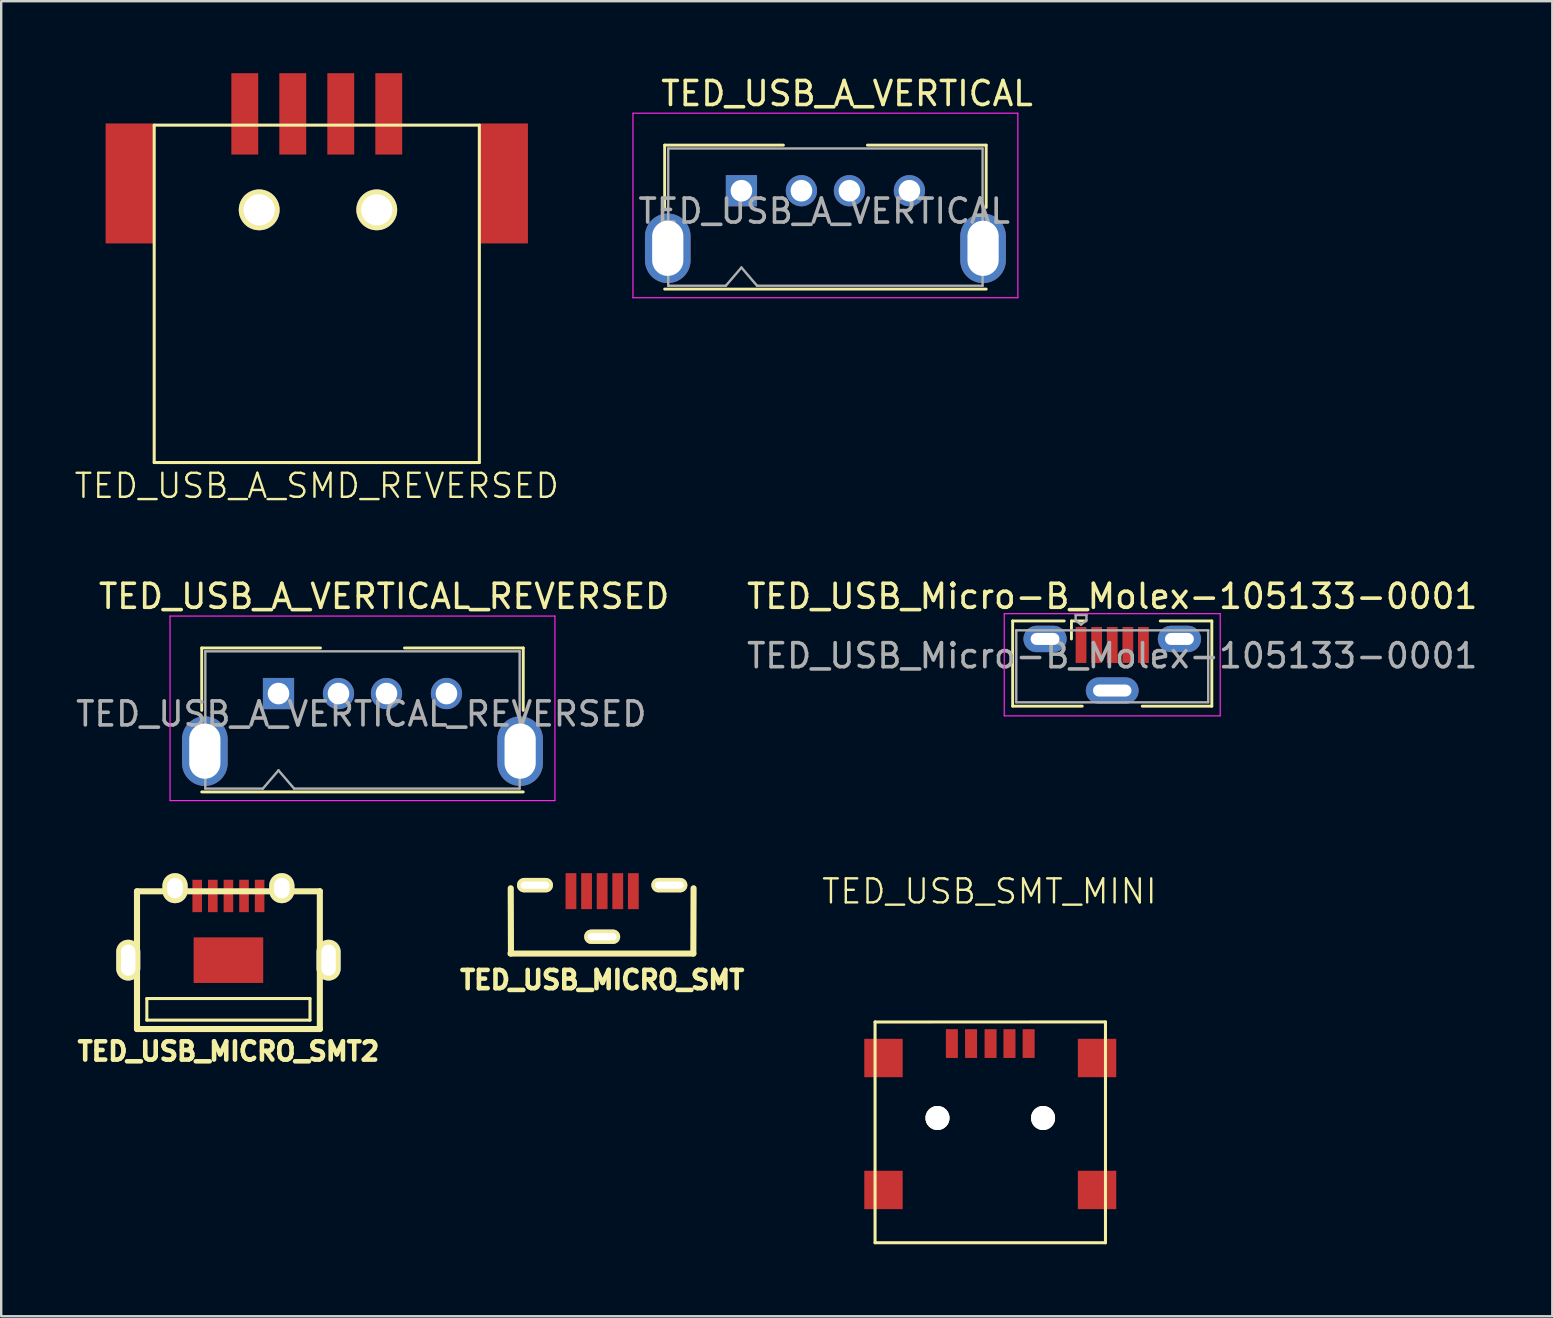
<source format=kicad_pcb>
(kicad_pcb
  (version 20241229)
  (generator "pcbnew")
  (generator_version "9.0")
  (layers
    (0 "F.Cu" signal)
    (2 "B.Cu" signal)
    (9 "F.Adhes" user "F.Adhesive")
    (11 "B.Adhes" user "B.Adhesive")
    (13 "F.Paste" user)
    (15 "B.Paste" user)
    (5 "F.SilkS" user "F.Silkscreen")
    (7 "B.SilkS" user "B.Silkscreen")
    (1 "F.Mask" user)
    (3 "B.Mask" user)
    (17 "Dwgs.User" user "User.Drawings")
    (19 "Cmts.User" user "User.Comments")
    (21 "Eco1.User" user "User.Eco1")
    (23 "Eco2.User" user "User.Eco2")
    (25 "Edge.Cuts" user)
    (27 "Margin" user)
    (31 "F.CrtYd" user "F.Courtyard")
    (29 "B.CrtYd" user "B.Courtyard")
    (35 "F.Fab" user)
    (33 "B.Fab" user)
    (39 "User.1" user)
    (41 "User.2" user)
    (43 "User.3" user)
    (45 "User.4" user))
  (footprint "TED_USB_Micro-B_Molex-105133-0001"
    (layer "F.Cu")
    (at 43.301 24.653)
    (property "Reference" "TED_USB_Micro-B_Molex-105133-0001" (at 0 -2.85 0) (layer "F.SilkS") (effects (font (size 1 1) (thickness 0.15))))
    (attr smd)
    (fp_line (start -4.15 -1.825) (end -4.15 1.725) (stroke (width 0.12) (type solid)) (layer "F.SilkS"))
    (fp_line (start -4.15 1.725) (end -1.25 1.725) (stroke (width 0.12) (type solid)) (layer "F.SilkS"))
    (fp_line (start -2 -1.825) (end -4.15 -1.825) (stroke (width 0.12) (type solid)) (layer "F.SilkS"))
    (fp_line (start -1.7 -1.825) (end -1.1 -1.825) (stroke (width 0.12) (type solid)) (layer "F.SilkS"))
    (fp_line (start -1.7 -1.075) (end -1.7 -1.825) (stroke (width 0.12) (type solid)) (layer "F.SilkS"))
    (fp_line (start 2 -1.825) (end 4.15 -1.825) (stroke (width 0.12) (type solid)) (layer "F.SilkS"))
    (fp_line (start 4.15 -1.825) (end 4.15 1.725) (stroke (width 0.12) (type solid)) (layer "F.SilkS"))
    (fp_line (start 4.15 1.725) (end 1.25 1.725) (stroke (width 0.12) (type solid)) (layer "F.SilkS"))
    (fp_line (start -4.5 -2.13) (end 4.5 -2.13) (stroke (width 0.05) (type solid)) (layer "F.CrtYd"))
    (fp_line (start -4.5 2.13) (end -4.5 -2.13) (stroke (width 0.05) (type solid)) (layer "F.CrtYd"))
    (fp_line (start -4.5 2.13) (end 4.5 2.13) (stroke (width 0.05) (type solid)) (layer "F.CrtYd"))
    (fp_line (start 4.5 2.13) (end 4.5 -2.13) (stroke (width 0.05) (type solid)) (layer "F.CrtYd"))
    (fp_line (start -4 1.565) (end -4 -1.435) (stroke (width 0.1) (type solid)) (layer "F.Fab"))
    (fp_line (start -4 1.565) (end 4 1.565) (stroke (width 0.1) (type solid)) (layer "F.Fab"))
    (fp_line (start -1.525 -2.075) (end -1.075 -2.075) (stroke (width 0.1) (type solid)) (layer "F.Fab"))
    (fp_line (start -1.525 -1.85) (end -1.525 -2.075) (stroke (width 0.1) (type solid)) (layer "F.Fab"))
    (fp_line (start -1.3 -1.675) (end -1.525 -1.85) (stroke (width 0.1) (type solid)) (layer "F.Fab"))
    (fp_line (start -1.3 -1.675) (end -1.075 -1.85) (stroke (width 0.1) (type solid)) (layer "F.Fab"))
    (fp_line (start -1.075 -2.075) (end -1.075 -1.85) (stroke (width 0.1) (type solid)) (layer "F.Fab"))
    (fp_line (start 4 -1.435) (end -4 -1.435) (stroke (width 0.1) (type solid)) (layer "F.Fab"))
    (fp_line (start 4 1.565) (end 4 -1.435) (stroke (width 0.1) (type solid)) (layer "F.Fab"))
    (fp_text user "${REFERENCE}" (at 0 -0.375 0) (layer "F.Fab") (effects (font (size 1 1) (thickness 0.15))))
    (pad "1" smd rect (at -1.3 -0.825) (size 0.45 1.5) (layers "F.Cu" "F.Mask" "F.Paste"))
    (pad "2" smd rect (at -0.65 -0.825) (size 0.45 1.5) (layers "F.Cu" "F.Mask" "F.Paste"))
    (pad "3" smd rect (at 0 -0.825) (size 0.45 1.5) (layers "F.Cu" "F.Mask" "F.Paste"))
    (pad "4" smd rect (at 0.65 -0.825) (size 0.45 1.5) (layers "F.Cu" "F.Mask" "F.Paste"))
    (pad "5" smd rect (at 1.3 -0.825) (size 0.45 1.5) (layers "F.Cu" "F.Mask" "F.Paste"))
    (pad "6" thru_hole oval (at -2.8 -1.075) (size 1.8 1.1) (drill oval 1.2 0.5) (layers "*.Cu" "*.Mask"))
    (pad "6" thru_hole oval (at 0 1.075) (size 2.2 1.1) (drill oval 1.6 0.5) (layers "*.Cu" "*.Mask"))
    (pad "6" thru_hole oval (at 2.8 -1.075) (size 1.8 1.1) (drill oval 1.2 0.5) (layers "*.Cu" "*.Mask")))
  (footprint "TED_USB_SMT_MINI"
    (layer "F.Cu")
    (at 38.218 44.14)
    (property "Reference" "TED_USB_SMT_MINI" (at -0.038 -10.043 0) (layer "F.SilkS") (effects (font (size 1.001 1.001) (thickness 0.099))))
    (attr through_hole)
    (fp_line (start -4.801 -4.6) (end 4.801 -4.602) (stroke (width 0.127) (type solid)) (layer "F.SilkS"))
    (fp_line (start -4.801 4.6) (end -4.801 -4.6) (stroke (width 0.127) (type solid)) (layer "F.SilkS"))
    (fp_line (start 4.801 -4.602) (end 4.801 4.6) (stroke (width 0.127) (type solid)) (layer "F.SilkS"))
    (fp_line (start 4.801 4.6) (end -4.801 4.6) (stroke (width 0.127) (type solid)) (layer "F.SilkS"))
    (pad "" thru_hole circle (at -2.2 -0.599) (size 1.001 1.001) (drill 1.001) (layers "*.Cu" "*.Mask" "F.SilkS"))
    (pad "" thru_hole circle (at 2.2 -0.599) (size 1.001 1.001) (drill 1.001) (layers "*.Cu" "*.Mask" "F.SilkS"))
    (pad "1" smd rect (at -1.6 -3.701) (size 0.5 1.199) (layers "F.Cu" "F.Mask" "F.Paste"))
    (pad "2" smd rect (at -0.8 -3.701) (size 0.5 1.199) (layers "F.Cu" "F.Mask" "F.Paste"))
    (pad "3" smd rect (at 0.013 -3.701) (size 0.5 1.199) (layers "F.Cu" "F.Mask" "F.Paste"))
    (pad "4" smd rect (at 0.8 -3.701) (size 0.5 1.199) (layers "F.Cu" "F.Mask" "F.Paste"))
    (pad "5" smd rect (at 1.6 -3.701) (size 0.5 1.199) (layers "F.Cu" "F.Mask" "F.Paste"))
    (pad "GP" smd rect (at -4.45 -3.099) (size 1.6 1.6) (layers "F.Cu" "F.Mask" "F.Paste"))
    (pad "GP" smd rect (at -4.45 2.4) (size 1.6 1.6) (layers "F.Cu" "F.Mask" "F.Paste"))
    (pad "GP" smd rect (at 4.45 -3.099) (size 1.6 1.6) (layers "F.Cu" "F.Mask" "F.Paste"))
    (pad "GP" smd rect (at 4.45 2.4) (size 1.6 1.6) (layers "F.Cu" "F.Mask" "F.Paste")))
  (footprint "TED_USB_A_VERTICAL_REVERSED"
    (layer "F.Cu")
    (at 12.056 26.853)
    (property "Reference" "TED_USB_A_VERTICAL_REVERSED" (at 0.9 -5.05 0) (layer "F.SilkS") (effects (font (size 1 1) (thickness 0.15))))
    (attr through_hole)
    (fp_line (start -6.7 -2.9) (end -6.7 -0.3) (stroke (width 0.12) (type solid)) (layer "F.SilkS"))
    (fp_line (start -6.7 -2.9) (end -1.75 -2.9) (stroke (width 0.12) (type solid)) (layer "F.SilkS"))
    (fp_line (start 6.7 -2.9) (end 1.75 -2.9) (stroke (width 0.12) (type solid)) (layer "F.SilkS"))
    (fp_line (start 6.7 -2.9) (end 6.7 -0.3) (stroke (width 0.12) (type solid)) (layer "F.SilkS"))
    (fp_line (start 6.7 3.1) (end -6.7 3.1) (stroke (width 0.12) (type solid)) (layer "F.SilkS"))
    (fp_line (start -8.02 -4.23) (end 8.02 -4.23) (stroke (width 0.05) (type solid)) (layer "F.CrtYd"))
    (fp_line (start -8.02 3.46) (end -8.02 -4.23) (stroke (width 0.05) (type solid)) (layer "F.CrtYd"))
    (fp_line (start 8.02 -4.23) (end 8.02 3.46) (stroke (width 0.05) (type solid)) (layer "F.CrtYd"))
    (fp_line (start 8.02 3.46) (end -8.02 3.46) (stroke (width 0.05) (type solid)) (layer "F.CrtYd"))
    (fp_line (start -6.55 -2.76) (end 6.55 -2.76) (stroke (width 0.1) (type solid)) (layer "F.Fab"))
    (fp_line (start -6.55 2.96) (end -6.55 -2.76) (stroke (width 0.1) (type solid)) (layer "F.Fab"))
    (fp_line (start -4.15 2.96) (end -6.55 2.96) (stroke (width 0.1) (type solid)) (layer "F.Fab"))
    (fp_line (start -4.15 2.96) (end -3.5 2.2) (stroke (width 0.1) (type solid)) (layer "F.Fab"))
    (fp_line (start -3.5 2.2) (end -2.85 2.96) (stroke (width 0.1) (type solid)) (layer "F.Fab"))
    (fp_line (start 6.55 -2.76) (end 6.55 2.96) (stroke (width 0.1) (type solid)) (layer "F.Fab"))
    (fp_line (start 6.55 2.96) (end -2.85 2.96) (stroke (width 0.1) (type solid)) (layer "F.Fab"))
    (fp_text user "${REFERENCE}" (at -0.05 -0.15 0) (layer "F.Fab") (effects (font (size 1 1) (thickness 0.15))))
    (pad "1" thru_hole circle (at 3.5 -1) (size 1.3 1.3) (drill 0.9) (layers "*.Cu" "*.Mask"))
    (pad "2" thru_hole circle (at 1 -1) (size 1.3 1.3) (drill 0.9) (layers "*.Cu" "*.Mask"))
    (pad "3" thru_hole circle (at -1 -1) (size 1.3 1.3) (drill 0.9) (layers "*.Cu" "*.Mask"))
    (pad "4" thru_hole rect (at -3.5 -1) (size 1.3 1.3) (drill 0.9) (layers "*.Cu" "*.Mask"))
    (pad "5" thru_hole oval (at -6.57 1.4 180) (size 1.9 2.9) (drill oval 1.3 2.3) (layers "*.Cu" "*.Mask"))
    (pad "5" thru_hole oval (at 6.57 1.4) (size 1.9 2.9) (drill oval 1.3 2.3) (layers "*.Cu" "*.Mask")))
  (footprint "TED_USB_MICRO_SMT2"
    (layer "F.Cu")
    (at 6.469 36.963)
    (property "Reference" "TED_USB_MICRO_SMT2" (at 0 3.8 0) (layer "F.SilkS") (effects (font (size 0.762 0.762) (thickness 0.191))))
    (attr through_hole)
    (fp_line (start -3.81 -2.87) (end 3.81 -2.87) (stroke (width 0.254) (type solid)) (layer "F.SilkS"))
    (fp_line (start -3.81 2.87) (end -3.81 -2.87) (stroke (width 0.254) (type solid)) (layer "F.SilkS"))
    (fp_line (start -3.4 1.6) (end -3.4 2.5) (stroke (width 0.127) (type solid)) (layer "F.SilkS"))
    (fp_line (start -3.4 2.5) (end 3.4 2.5) (stroke (width 0.127) (type solid)) (layer "F.SilkS"))
    (fp_line (start 3.4 1.6) (end -3.4 1.6) (stroke (width 0.127) (type solid)) (layer "F.SilkS"))
    (fp_line (start 3.4 2.5) (end 3.4 1.6) (stroke (width 0.127) (type solid)) (layer "F.SilkS"))
    (fp_line (start 3.81 -2.87) (end 3.81 2.87) (stroke (width 0.254) (type solid)) (layer "F.SilkS"))
    (fp_line (start 3.81 2.87) (end -3.81 2.87) (stroke (width 0.254) (type solid)) (layer "F.SilkS"))
    (pad "" np_thru_hole oval (at -4.175 0) (size 1 1.7) (drill oval 0.6 1.3) (layers "*.Cu" "*.Mask" "F.SilkS"))
    (pad "" np_thru_hole oval (at -2.225 -3) (size 1.05 1.25) (drill oval 0.65 0.85) (layers "*.Cu" "*.Mask" "F.SilkS"))
    (pad "" np_thru_hole oval (at 2.225 -3) (size 1.05 1.25) (drill oval 0.65 0.85) (layers "*.Cu" "*.Mask" "F.SilkS"))
    (pad "" np_thru_hole oval (at 4.175 0) (size 1 1.7) (drill oval 0.6 1.3) (layers "*.Cu" "*.Mask" "F.SilkS"))
    (pad "1" smd rect (at 1.3 -2.675) (size 0.4 1.35) (layers "F.Cu" "F.Mask" "F.Paste"))
    (pad "2" smd rect (at 0.65 -2.675) (size 0.4 1.35) (layers "F.Cu" "F.Mask" "F.Paste"))
    (pad "3" smd rect (at 0 -2.675) (size 0.4 1.35) (layers "F.Cu" "F.Mask" "F.Paste"))
    (pad "4" smd rect (at -0.65 -2.675) (size 0.4 1.35) (layers "F.Cu" "F.Mask" "F.Paste"))
    (pad "5" smd rect (at -1.3 -2.675) (size 0.4 1.35) (layers "F.Cu" "F.Mask" "F.Paste"))
    (pad "PAD" smd rect (at 0 0) (size 2.9 1.9) (layers "F.Cu" "F.Mask" "F.Paste")))
  (footprint "TED_USB_A_SMD_REVERSED"
    (layer "F.Cu")
    (at 10.151 9.195)
    (property "Reference" "TED_USB_A_SMD_REVERSED" (at 0 8 0) (layer "F.SilkS") (effects (font (size 1.001 1.001) (thickness 0.099))))
    (attr through_hole)
    (fp_line (start -6.775 -7.03) (end -6.775 7.03) (stroke (width 0.127) (type solid)) (layer "F.SilkS"))
    (fp_line (start -6.775 -7.03) (end 6.775 -7.03) (stroke (width 0.127) (type solid)) (layer "F.SilkS"))
    (fp_line (start 6.775 -7.03) (end 6.775 7.03) (stroke (width 0.127) (type solid)) (layer "F.SilkS"))
    (fp_line (start 6.775 7.03) (end -6.775 7.03) (stroke (width 0.127) (type solid)) (layer "F.SilkS"))
    (pad "" np_thru_hole circle (at -2.4 -3.5) (size 1.7 1.7) (drill 1.3) (layers "*.Cu" "*.Mask" "F.SilkS"))
    (pad "" np_thru_hole circle (at 2.5 -3.5) (size 1.7 1.7) (drill 1.3) (layers "*.Cu" "*.Mask" "F.SilkS"))
    (pad "1" smd rect (at 3 -7.5) (size 1.12 3.39) (layers "F.Cu" "F.Mask" "F.Paste"))
    (pad "2" smd rect (at 1 -7.5) (size 1.12 3.39) (layers "F.Cu" "F.Mask" "F.Paste"))
    (pad "3" smd rect (at -1 -7.5) (size 1.12 3.39) (layers "F.Cu" "F.Mask" "F.Paste"))
    (pad "4" smd rect (at -3 -7.5) (size 1.12 3.39) (layers "F.Cu" "F.Mask" "F.Paste"))
    (pad "5" smd rect (at -7.8 -4.6) (size 2 5) (layers "F.Cu" "F.Mask" "F.Paste"))
    (pad "5" smd rect (at 7.8 -4.6) (size 2 5) (layers "F.Cu" "F.Mask" "F.Paste")))
  (footprint "TED_USB_MICRO_SMT"
    (layer "F.Cu")
    (at 22.044 33.838)
    (property "Reference" "TED_USB_MICRO_SMT" (at 0 3.95 0) (layer "F.SilkS") (effects (font (size 0.762 0.762) (thickness 0.191))))
    (attr through_hole)
    (fp_line (start -3.8 2.85) (end -3.81 0.13) (stroke (width 0.254) (type solid)) (layer "F.SilkS"))
    (fp_line (start 3.8 2.85) (end -3.82 2.85) (stroke (width 0.254) (type solid)) (layer "F.SilkS"))
    (fp_line (start 3.81 0.13) (end 3.8 2.85) (stroke (width 0.254) (type solid)) (layer "F.SilkS"))
    (pad "" np_thru_hole oval (at -2.8 0) (size 1.5 0.6) (drill oval 1.2 0.3) (layers "*.Cu" "*.Mask" "F.SilkS"))
    (pad "" np_thru_hole oval (at 0 2.15) (size 1.5 0.6) (drill oval 1.2 0.3) (layers "*.Cu" "*.Mask" "F.SilkS"))
    (pad "" np_thru_hole oval (at 2.8 0) (size 1.5 0.6) (drill oval 1.2 0.3) (layers "*.Cu" "*.Mask" "F.SilkS"))
    (pad "1" smd rect (at 1.3 0.25) (size 0.45 1.5) (layers "F.Cu" "F.Mask" "F.Paste"))
    (pad "2" smd rect (at 0.65 0.25) (size 0.45 1.5) (layers "F.Cu" "F.Mask" "F.Paste"))
    (pad "3" smd rect (at 0 0.25) (size 0.45 1.5) (layers "F.Cu" "F.Mask" "F.Paste"))
    (pad "4" smd rect (at -0.65 0.25) (size 0.45 1.5) (layers "F.Cu" "F.Mask" "F.Paste"))
    (pad "5" smd rect (at -1.3 0.25) (size 0.45 1.5) (layers "F.Cu" "F.Mask" "F.Paste")))
  (footprint "TED_USB_A_VERTICAL"
    (layer "F.Cu")
    (at 31.348 5.898)
    (property "Reference" "TED_USB_A_VERTICAL" (at 0.9 -5.05 0) (layer "F.SilkS") (effects (font (size 1 1) (thickness 0.15))))
    (attr through_hole)
    (fp_line (start -6.7 -2.9) (end -6.7 -0.3) (stroke (width 0.12) (type solid)) (layer "F.SilkS"))
    (fp_line (start -6.7 -2.9) (end -1.75 -2.9) (stroke (width 0.12) (type solid)) (layer "F.SilkS"))
    (fp_line (start 6.7 -2.9) (end 1.75 -2.9) (stroke (width 0.12) (type solid)) (layer "F.SilkS"))
    (fp_line (start 6.7 -2.9) (end 6.7 -0.3) (stroke (width 0.12) (type solid)) (layer "F.SilkS"))
    (fp_line (start 6.7 3.1) (end -6.7 3.1) (stroke (width 0.12) (type solid)) (layer "F.SilkS"))
    (fp_line (start -8.02 -4.23) (end 8.02 -4.23) (stroke (width 0.05) (type solid)) (layer "F.CrtYd"))
    (fp_line (start -8.02 3.46) (end -8.02 -4.23) (stroke (width 0.05) (type solid)) (layer "F.CrtYd"))
    (fp_line (start 8.02 -4.23) (end 8.02 3.46) (stroke (width 0.05) (type solid)) (layer "F.CrtYd"))
    (fp_line (start 8.02 3.46) (end -8.02 3.46) (stroke (width 0.05) (type solid)) (layer "F.CrtYd"))
    (fp_line (start -6.55 -2.76) (end 6.55 -2.76) (stroke (width 0.1) (type solid)) (layer "F.Fab"))
    (fp_line (start -6.55 2.96) (end -6.55 -2.76) (stroke (width 0.1) (type solid)) (layer "F.Fab"))
    (fp_line (start -4.15 2.96) (end -6.55 2.96) (stroke (width 0.1) (type solid)) (layer "F.Fab"))
    (fp_line (start -4.15 2.96) (end -3.5 2.2) (stroke (width 0.1) (type solid)) (layer "F.Fab"))
    (fp_line (start -3.5 2.2) (end -2.85 2.96) (stroke (width 0.1) (type solid)) (layer "F.Fab"))
    (fp_line (start 6.55 -2.76) (end 6.55 2.96) (stroke (width 0.1) (type solid)) (layer "F.Fab"))
    (fp_line (start 6.55 2.96) (end -2.85 2.96) (stroke (width 0.1) (type solid)) (layer "F.Fab"))
    (fp_text user "${REFERENCE}" (at -0.05 -0.15 0) (layer "F.Fab") (effects (font (size 1 1) (thickness 0.15))))
    (pad "1" thru_hole rect (at -3.5 -1) (size 1.3 1.3) (drill 0.9) (layers "*.Cu" "*.Mask"))
    (pad "2" thru_hole circle (at -1 -1) (size 1.3 1.3) (drill 0.9) (layers "*.Cu" "*.Mask"))
    (pad "3" thru_hole circle (at 1 -1) (size 1.3 1.3) (drill 0.9) (layers "*.Cu" "*.Mask"))
    (pad "4" thru_hole circle (at 3.5 -1) (size 1.3 1.3) (drill 0.9) (layers "*.Cu" "*.Mask"))
    (pad "5" thru_hole oval (at -6.57 1.4 180) (size 1.9 2.9) (drill oval 1.3 2.3) (layers "*.Cu" "*.Mask"))
    (pad "5" thru_hole oval (at 6.57 1.4) (size 1.9 2.9) (drill oval 1.3 2.3) (layers "*.Cu" "*.Mask")))
  (gr_rect
    (start -3 -3)
    (end 61.64 51.803)
    (stroke (width 0.1) (type default))
    (fill no)
    (layer "Edge.Cuts")))
</source>
